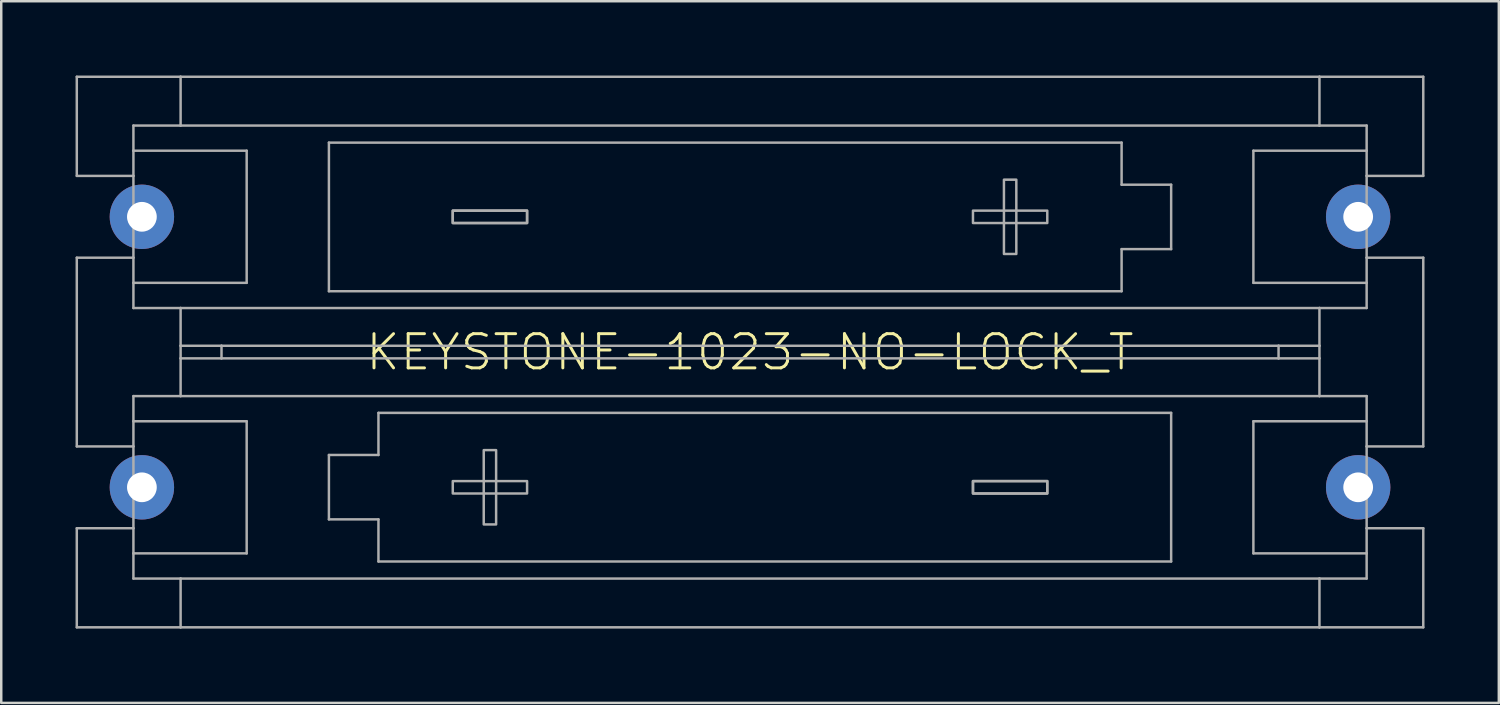
<source format=kicad_pcb>
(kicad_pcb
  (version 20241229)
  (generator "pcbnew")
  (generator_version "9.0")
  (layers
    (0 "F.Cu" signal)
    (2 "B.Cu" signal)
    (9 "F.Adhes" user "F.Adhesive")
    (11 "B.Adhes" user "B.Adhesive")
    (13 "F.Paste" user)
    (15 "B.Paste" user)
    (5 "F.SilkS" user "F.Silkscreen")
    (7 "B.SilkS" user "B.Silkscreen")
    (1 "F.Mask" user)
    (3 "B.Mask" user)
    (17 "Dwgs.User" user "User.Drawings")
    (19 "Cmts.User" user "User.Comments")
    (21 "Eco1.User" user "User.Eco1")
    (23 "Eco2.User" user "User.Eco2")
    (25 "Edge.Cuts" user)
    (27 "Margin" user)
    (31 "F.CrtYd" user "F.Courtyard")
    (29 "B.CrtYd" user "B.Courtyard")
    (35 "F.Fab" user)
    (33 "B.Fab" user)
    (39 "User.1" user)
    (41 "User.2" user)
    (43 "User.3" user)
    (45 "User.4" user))
  (footprint "KEYSTONE-1023-NO-LOCK_T"
    (layer "F.Cu")
    (at 27.228 11.162)
    (property "Reference" "KEYSTONE-1023-NO-LOCK_T" (at 0 0.006 0) (unlocked yes) (layer "F.SilkS") (effects (font (size 1.38 1.38) (thickness 0.12))))
    (fp_line (start -27.178 -11.113) (end -22.987 -11.113) (stroke (width 0.1) (type solid)) (layer "F.Fab"))
    (fp_line (start -27.178 -7.112) (end -27.178 -11.113) (stroke (width 0.1) (type solid)) (layer "F.Fab"))
    (fp_line (start -27.178 -7.112) (end -24.892 -7.112) (stroke (width 0.1) (type solid)) (layer "F.Fab"))
    (fp_line (start -27.178 -3.81) (end -24.892 -3.81) (stroke (width 0.1) (type solid)) (layer "F.Fab"))
    (fp_line (start -27.178 3.81) (end -27.178 -3.81) (stroke (width 0.1) (type solid)) (layer "F.Fab"))
    (fp_line (start -27.178 3.81) (end -24.892 3.81) (stroke (width 0.1) (type solid)) (layer "F.Fab"))
    (fp_line (start -27.178 7.112) (end -27.178 11.113) (stroke (width 0.1) (type solid)) (layer "F.Fab"))
    (fp_line (start -27.178 7.112) (end -24.892 7.112) (stroke (width 0.1) (type solid)) (layer "F.Fab"))
    (fp_line (start -24.892 -9.144) (end -22.987 -9.144) (stroke (width 0.1) (type solid)) (layer "F.Fab"))
    (fp_line (start -24.892 -8.128) (end -24.892 -9.144) (stroke (width 0.1) (type solid)) (layer "F.Fab"))
    (fp_line (start -24.892 -7.112) (end -24.892 -8.128) (stroke (width 0.1) (type solid)) (layer "F.Fab"))
    (fp_line (start -24.892 -7.112) (end -24.892 -3.81) (stroke (width 0.1) (type solid)) (layer "F.Fab"))
    (fp_line (start -24.892 -3.81) (end -24.892 -2.794) (stroke (width 0.1) (type solid)) (layer "F.Fab"))
    (fp_line (start -24.892 -2.794) (end -24.892 -1.778) (stroke (width 0.1) (type solid)) (layer "F.Fab"))
    (fp_line (start -24.892 -2.794) (end -20.32 -2.794) (stroke (width 0.1) (type solid)) (layer "F.Fab"))
    (fp_line (start -24.892 -1.778) (end -22.987 -1.778) (stroke (width 0.1) (type solid)) (layer "F.Fab"))
    (fp_line (start -24.892 2.794) (end -24.892 1.778) (stroke (width 0.1) (type solid)) (layer "F.Fab"))
    (fp_line (start -24.892 3.81) (end -24.892 2.794) (stroke (width 0.1) (type solid)) (layer "F.Fab"))
    (fp_line (start -24.892 3.81) (end -24.892 7.112) (stroke (width 0.1) (type solid)) (layer "F.Fab"))
    (fp_line (start -24.892 7.112) (end -24.892 8.128) (stroke (width 0.1) (type solid)) (layer "F.Fab"))
    (fp_line (start -24.892 8.128) (end -24.892 9.144) (stroke (width 0.1) (type solid)) (layer "F.Fab"))
    (fp_line (start -24.892 8.128) (end -20.32 8.128) (stroke (width 0.1) (type solid)) (layer "F.Fab"))
    (fp_line (start -22.987 -11.113) (end 22.987 -11.113) (stroke (width 0.1) (type solid)) (layer "F.Fab"))
    (fp_line (start -22.987 -9.144) (end -22.987 -11.113) (stroke (width 0.1) (type solid)) (layer "F.Fab"))
    (fp_line (start -22.987 -9.144) (end 22.987 -9.144) (stroke (width 0.1) (type solid)) (layer "F.Fab"))
    (fp_line (start -22.987 -1.778) (end 22.987 -1.778) (stroke (width 0.1) (type solid)) (layer "F.Fab"))
    (fp_line (start -22.987 -0.254) (end -22.987 -1.778) (stroke (width 0.1) (type solid)) (layer "F.Fab"))
    (fp_line (start -22.987 -0.254) (end -21.336 -0.254) (stroke (width 0.1) (type solid)) (layer "F.Fab"))
    (fp_line (start -22.987 0.254) (end -22.987 -0.254) (stroke (width 0.1) (type solid)) (layer "F.Fab"))
    (fp_line (start -22.987 1.778) (end -24.892 1.778) (stroke (width 0.1) (type solid)) (layer "F.Fab"))
    (fp_line (start -22.987 1.778) (end -22.987 0.254) (stroke (width 0.1) (type solid)) (layer "F.Fab"))
    (fp_line (start -22.987 9.144) (end -24.892 9.144) (stroke (width 0.1) (type solid)) (layer "F.Fab"))
    (fp_line (start -22.987 9.144) (end -22.987 11.113) (stroke (width 0.1) (type solid)) (layer "F.Fab"))
    (fp_line (start -22.987 11.113) (end -27.178 11.113) (stroke (width 0.1) (type solid)) (layer "F.Fab"))
    (fp_line (start -21.336 -0.254) (end -21.336 0.254) (stroke (width 0.1) (type solid)) (layer "F.Fab"))
    (fp_line (start -21.336 -0.254) (end 21.336 -0.254) (stroke (width 0.1) (type solid)) (layer "F.Fab"))
    (fp_line (start -21.336 0.254) (end -22.987 0.254) (stroke (width 0.1) (type solid)) (layer "F.Fab"))
    (fp_line (start -20.32 -8.128) (end -24.892 -8.128) (stroke (width 0.1) (type solid)) (layer "F.Fab"))
    (fp_line (start -20.32 -2.794) (end -20.32 -8.128) (stroke (width 0.1) (type solid)) (layer "F.Fab"))
    (fp_line (start -20.32 2.794) (end -24.892 2.794) (stroke (width 0.1) (type solid)) (layer "F.Fab"))
    (fp_line (start -20.32 8.128) (end -20.32 2.794) (stroke (width 0.1) (type solid)) (layer "F.Fab"))
    (fp_line (start -17 -8.455) (end -17 -2.455) (stroke (width 0.1) (type solid)) (layer "F.Fab"))
    (fp_line (start -17 -8.455) (end 15 -8.455) (stroke (width 0.1) (type solid)) (layer "F.Fab"))
    (fp_line (start -17 -2.455) (end 15 -2.455) (stroke (width 0.1) (type solid)) (layer "F.Fab"))
    (fp_line (start -17 4.155) (end -17 6.755) (stroke (width 0.1) (type solid)) (layer "F.Fab"))
    (fp_line (start -17 6.755) (end -15 6.755) (stroke (width 0.1) (type solid)) (layer "F.Fab"))
    (fp_line (start -15 2.455) (end -15 4.155) (stroke (width 0.1) (type solid)) (layer "F.Fab"))
    (fp_line (start -15 4.155) (end -17 4.155) (stroke (width 0.1) (type solid)) (layer "F.Fab"))
    (fp_line (start -15 8.455) (end -15 6.755) (stroke (width 0.1) (type solid)) (layer "F.Fab"))
    (fp_line (start 15 -8.455) (end 15 -6.755) (stroke (width 0.1) (type solid)) (layer "F.Fab"))
    (fp_line (start 15 -4.155) (end 17 -4.155) (stroke (width 0.1) (type solid)) (layer "F.Fab"))
    (fp_line (start 15 -2.455) (end 15 -4.155) (stroke (width 0.1) (type solid)) (layer "F.Fab"))
    (fp_line (start 17 -6.755) (end 15 -6.755) (stroke (width 0.1) (type solid)) (layer "F.Fab"))
    (fp_line (start 17 -4.155) (end 17 -6.755) (stroke (width 0.1) (type solid)) (layer "F.Fab"))
    (fp_line (start 17 2.455) (end -15 2.455) (stroke (width 0.1) (type solid)) (layer "F.Fab"))
    (fp_line (start 17 8.455) (end -15 8.455) (stroke (width 0.1) (type solid)) (layer "F.Fab"))
    (fp_line (start 17 8.455) (end 17 2.455) (stroke (width 0.1) (type solid)) (layer "F.Fab"))
    (fp_line (start 20.32 -8.128) (end 20.32 -2.794) (stroke (width 0.1) (type solid)) (layer "F.Fab"))
    (fp_line (start 20.32 -2.794) (end 24.892 -2.794) (stroke (width 0.1) (type solid)) (layer "F.Fab"))
    (fp_line (start 20.32 2.794) (end 20.32 8.128) (stroke (width 0.1) (type solid)) (layer "F.Fab"))
    (fp_line (start 20.32 8.128) (end 24.892 8.128) (stroke (width 0.1) (type solid)) (layer "F.Fab"))
    (fp_line (start 21.336 -0.254) (end 21.336 0.254) (stroke (width 0.1) (type solid)) (layer "F.Fab"))
    (fp_line (start 21.336 -0.254) (end 22.987 -0.254) (stroke (width 0.1) (type solid)) (layer "F.Fab"))
    (fp_line (start 21.336 0.254) (end -21.336 0.254) (stroke (width 0.1) (type solid)) (layer "F.Fab"))
    (fp_line (start 22.987 -11.113) (end 22.987 -9.144) (stroke (width 0.1) (type solid)) (layer "F.Fab"))
    (fp_line (start 22.987 -11.113) (end 27.178 -11.113) (stroke (width 0.1) (type solid)) (layer "F.Fab"))
    (fp_line (start 22.987 -9.144) (end 24.892 -9.144) (stroke (width 0.1) (type solid)) (layer "F.Fab"))
    (fp_line (start 22.987 -1.778) (end 22.987 -0.254) (stroke (width 0.1) (type solid)) (layer "F.Fab"))
    (fp_line (start 22.987 -1.778) (end 24.892 -1.778) (stroke (width 0.1) (type solid)) (layer "F.Fab"))
    (fp_line (start 22.987 -0.254) (end 22.987 0.254) (stroke (width 0.1) (type solid)) (layer "F.Fab"))
    (fp_line (start 22.987 0.254) (end 21.336 0.254) (stroke (width 0.1) (type solid)) (layer "F.Fab"))
    (fp_line (start 22.987 0.254) (end 22.987 1.778) (stroke (width 0.1) (type solid)) (layer "F.Fab"))
    (fp_line (start 22.987 1.778) (end -22.987 1.778) (stroke (width 0.1) (type solid)) (layer "F.Fab"))
    (fp_line (start 22.987 9.144) (end -22.987 9.144) (stroke (width 0.1) (type solid)) (layer "F.Fab"))
    (fp_line (start 22.987 9.144) (end 22.987 11.113) (stroke (width 0.1) (type solid)) (layer "F.Fab"))
    (fp_line (start 22.987 11.113) (end -22.987 11.113) (stroke (width 0.1) (type solid)) (layer "F.Fab"))
    (fp_line (start 22.987 11.113) (end 27.178 11.113) (stroke (width 0.1) (type solid)) (layer "F.Fab"))
    (fp_line (start 24.892 -8.128) (end 20.32 -8.128) (stroke (width 0.1) (type solid)) (layer "F.Fab"))
    (fp_line (start 24.892 -8.128) (end 24.892 -9.144) (stroke (width 0.1) (type solid)) (layer "F.Fab"))
    (fp_line (start 24.892 -7.112) (end 24.892 -8.128) (stroke (width 0.1) (type solid)) (layer "F.Fab"))
    (fp_line (start 24.892 -7.112) (end 24.892 -3.81) (stroke (width 0.1) (type solid)) (layer "F.Fab"))
    (fp_line (start 24.892 -3.81) (end 24.892 -2.794) (stroke (width 0.1) (type solid)) (layer "F.Fab"))
    (fp_line (start 24.892 -2.794) (end 24.892 -1.778) (stroke (width 0.1) (type solid)) (layer "F.Fab"))
    (fp_line (start 24.892 1.778) (end 22.987 1.778) (stroke (width 0.1) (type solid)) (layer "F.Fab"))
    (fp_line (start 24.892 2.794) (end 20.32 2.794) (stroke (width 0.1) (type solid)) (layer "F.Fab"))
    (fp_line (start 24.892 2.794) (end 24.892 1.778) (stroke (width 0.1) (type solid)) (layer "F.Fab"))
    (fp_line (start 24.892 3.81) (end 24.892 2.794) (stroke (width 0.1) (type solid)) (layer "F.Fab"))
    (fp_line (start 24.892 7.112) (end 24.892 3.81) (stroke (width 0.1) (type solid)) (layer "F.Fab"))
    (fp_line (start 24.892 7.112) (end 24.892 8.128) (stroke (width 0.1) (type solid)) (layer "F.Fab"))
    (fp_line (start 24.892 8.128) (end 24.892 9.144) (stroke (width 0.1) (type solid)) (layer "F.Fab"))
    (fp_line (start 24.892 9.144) (end 22.987 9.144) (stroke (width 0.1) (type solid)) (layer "F.Fab"))
    (fp_line (start 27.178 -11.113) (end 27.178 -7.112) (stroke (width 0.1) (type solid)) (layer "F.Fab"))
    (fp_line (start 27.178 -7.112) (end 24.892 -7.112) (stroke (width 0.1) (type solid)) (layer "F.Fab"))
    (fp_line (start 27.178 -3.81) (end 24.892 -3.81) (stroke (width 0.1) (type solid)) (layer "F.Fab"))
    (fp_line (start 27.178 3.81) (end 24.892 3.81) (stroke (width 0.1) (type solid)) (layer "F.Fab"))
    (fp_line (start 27.178 3.81) (end 27.178 -3.81) (stroke (width 0.1) (type solid)) (layer "F.Fab"))
    (fp_line (start 27.178 7.112) (end 24.892 7.112) (stroke (width 0.1) (type solid)) (layer "F.Fab"))
    (fp_line (start 27.178 11.113) (end 27.178 7.112) (stroke (width 0.1) (type solid)) (layer "F.Fab"))
    (fp_poly (pts (xy -12 5.709) (xy -9 5.709) (xy -9 5.209) (xy -12 5.209)) (stroke (width 0.1) (type default)) (fill no) (layer "F.Fab"))
    (fp_poly (pts (xy -10.75 6.959) (xy -10.25 6.959) (xy -10.25 3.959) (xy -10.75 3.959)) (stroke (width 0.1) (type default)) (fill no) (layer "F.Fab"))
    (fp_poly (pts (xy -9 -5.709) (xy -12 -5.709) (xy -12 -5.209) (xy -9 -5.209)) (stroke (width 0.1) (type default)) (fill no) (layer "F.Fab"))
    (fp_poly (pts (xy -9 -5.709) (xy -12 -5.709) (xy -12 -5.209) (xy -9 -5.209)) (stroke (width 0.1) (type default)) (fill no) (layer "F.Fab"))
    (fp_poly (pts (xy 9 5.709) (xy 12 5.709) (xy 12 5.209) (xy 9 5.209)) (stroke (width 0.1) (type default)) (fill no) (layer "F.Fab"))
    (fp_poly (pts (xy 9 5.709) (xy 12 5.709) (xy 12 5.209) (xy 9 5.209)) (stroke (width 0.1) (type default)) (fill no) (layer "F.Fab"))
    (fp_poly (pts (xy 10.75 -6.959) (xy 10.25 -6.959) (xy 10.25 -3.959) (xy 10.75 -3.959)) (stroke (width 0.1) (type default)) (fill no) (layer "F.Fab"))
    (fp_poly (pts (xy 12 -5.709) (xy 9 -5.709) (xy 9 -5.209) (xy 12 -5.209)) (stroke (width 0.1) (type default)) (fill no) (layer "F.Fab"))
    (pad "M1" thru_hole circle (at 24.55 5.46) (size 2.6 2.6) (drill 1.2) (layers "*.Cu" "*.Mask"))
    (pad "M2" thru_hole circle (at -24.55 -5.46) (size 2.6 2.6) (drill 1.2) (layers "*.Cu" "*.Mask"))
    (pad "P1" thru_hole circle (at -24.55 5.46) (size 2.6 2.6) (drill 1.2) (layers "*.Cu" "*.Mask"))
    (pad "P2" thru_hole circle (at 24.55 -5.46) (size 2.6 2.6) (drill 1.2) (layers "*.Cu" "*.Mask")))
  (gr_rect
    (start -3 -3)
    (end 57.456 25.325)
    (stroke (width 0.1) (type default))
    (fill no)
    (layer "Edge.Cuts")))
</source>
